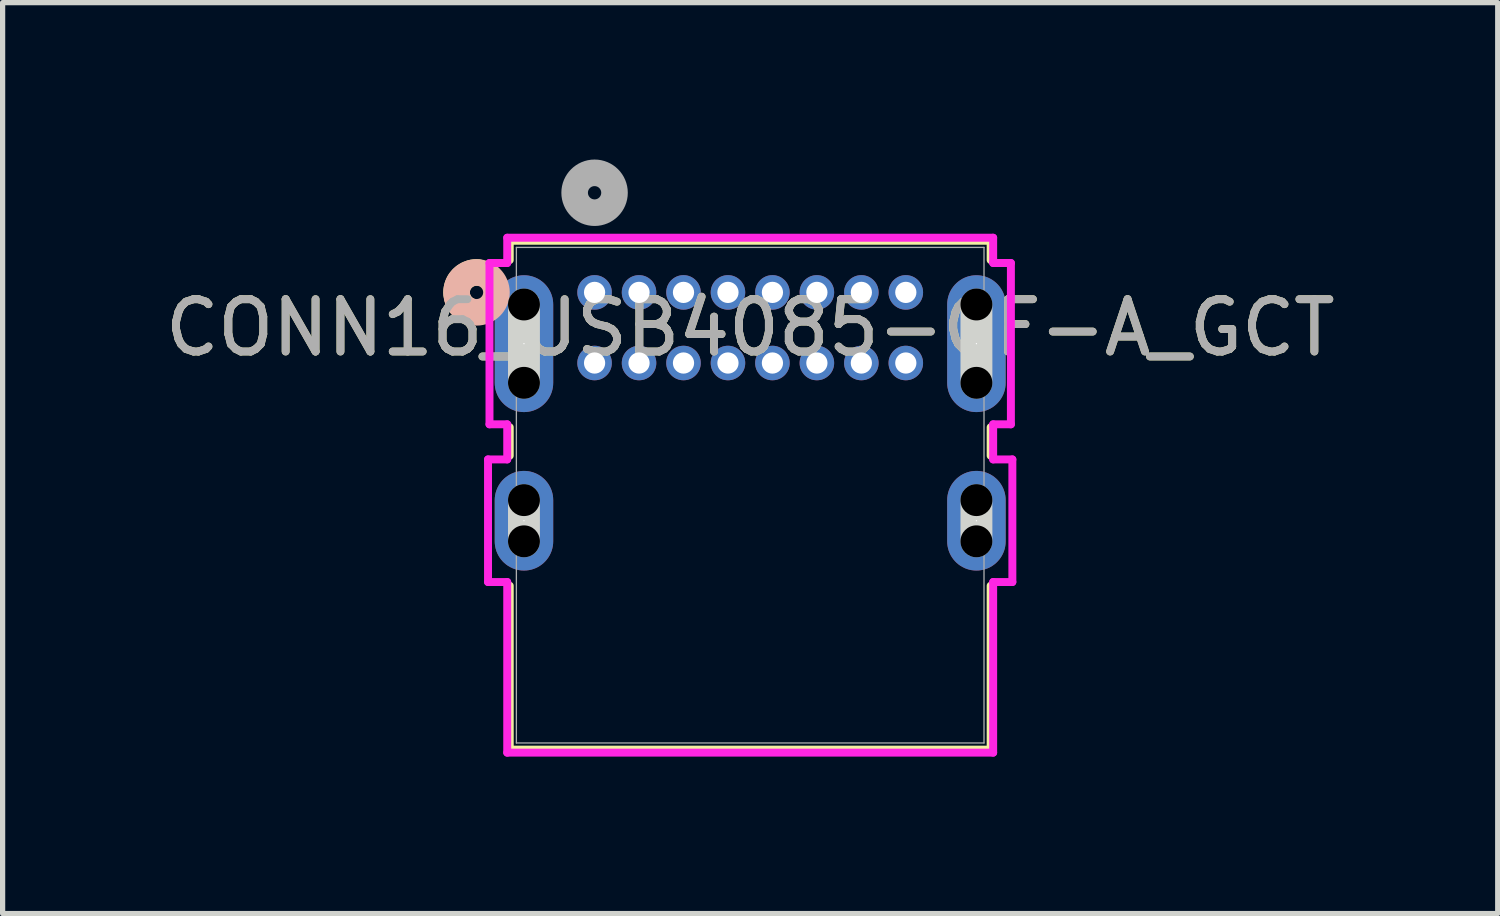
<source format=kicad_pcb>
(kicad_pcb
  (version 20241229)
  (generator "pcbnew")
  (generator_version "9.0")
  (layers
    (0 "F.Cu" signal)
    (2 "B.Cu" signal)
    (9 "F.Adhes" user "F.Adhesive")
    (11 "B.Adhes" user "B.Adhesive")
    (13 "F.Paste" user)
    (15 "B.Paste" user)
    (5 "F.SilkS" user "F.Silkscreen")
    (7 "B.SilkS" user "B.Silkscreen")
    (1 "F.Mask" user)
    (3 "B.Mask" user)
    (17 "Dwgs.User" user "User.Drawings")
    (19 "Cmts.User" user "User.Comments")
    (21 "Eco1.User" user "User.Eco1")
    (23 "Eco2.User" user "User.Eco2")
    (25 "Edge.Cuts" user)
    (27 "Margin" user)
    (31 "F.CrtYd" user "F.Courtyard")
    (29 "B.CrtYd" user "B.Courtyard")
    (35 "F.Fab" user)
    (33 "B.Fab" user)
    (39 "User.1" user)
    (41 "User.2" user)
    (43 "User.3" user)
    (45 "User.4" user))
  (footprint "CONN16_USB4085-GF-A_GCT"
    (layer "F.Cu")
    (at 8.317 2.54)
    (property "Reference" "CONN16_USB4085-GF-A_GCT" (at 2.975 0.675 0) (unlocked yes) (layer "F.SilkS") (effects (font (size 1 1) (thickness 0.15))))
    (attr through_hole)
    (fp_line (start -1.622 -0.987) (end -1.622 -0.618) (stroke (width 0.152) (type solid)) (layer "F.SilkS"))
    (fp_line (start -1.622 2.578) (end -1.622 3.122) (stroke (width 0.152) (type solid)) (layer "F.SilkS"))
    (fp_line (start -1.622 5.608) (end -1.622 8.741) (stroke (width 0.152) (type solid)) (layer "F.SilkS"))
    (fp_line (start -1.622 8.741) (end 7.572 8.741) (stroke (width 0.152) (type solid)) (layer "F.SilkS"))
    (fp_line (start 7.572 -0.987) (end -1.622 -0.987) (stroke (width 0.152) (type solid)) (layer "F.SilkS"))
    (fp_line (start 7.572 -0.618) (end 7.572 -0.987) (stroke (width 0.152) (type solid)) (layer "F.SilkS"))
    (fp_line (start 7.572 3.122) (end 7.572 2.578) (stroke (width 0.152) (type solid)) (layer "F.SilkS"))
    (fp_line (start 7.572 8.741) (end 7.572 5.608) (stroke (width 0.152) (type solid)) (layer "F.SilkS"))
    (fp_arc (start -2.41934 0.344872) (mid -2.625765 -0.097305) (end -2.2279 -0.379856) (stroke (width 0.508) (type solid)) (layer "F.SilkS"))
    (fp_circle (center -2.257 0) (end -1.876 0) (stroke (width 0.508) (type solid)) (fill no) (layer "B.SilkS"))
    (fp_line (start -1.35 1.729) (end -1.35 0.231) (stroke (width 0.61) (type solid)) (layer "Edge.Cuts"))
    (fp_line (start -1.35 4.759) (end -1.35 3.971) (stroke (width 0.61) (type solid)) (layer "Edge.Cuts"))
    (fp_line (start 7.3 1.729) (end 7.3 0.231) (stroke (width 0.61) (type solid)) (layer "Edge.Cuts"))
    (fp_line (start 7.3 4.759) (end 7.3 3.971) (stroke (width 0.61) (type solid)) (layer "Edge.Cuts"))
    (fp_line (start -2.037 3.193) (end -2.037 5.537) (stroke (width 0.152) (type solid)) (layer "F.CrtYd"))
    (fp_line (start -2.037 5.537) (end -1.67 5.537) (stroke (width 0.152) (type solid)) (layer "F.CrtYd"))
    (fp_line (start -2.009 -0.562) (end -2.009 2.522) (stroke (width 0.152) (type solid)) (layer "F.CrtYd"))
    (fp_line (start -2.009 2.522) (end -1.67 2.522) (stroke (width 0.152) (type solid)) (layer "F.CrtYd"))
    (fp_line (start -1.67 2.522) (end -1.67 3.193) (stroke (width 0.152) (type solid)) (layer "F.CrtYd"))
    (fp_line (start -1.67 3.193) (end -2.037 3.193) (stroke (width 0.152) (type solid)) (layer "F.CrtYd"))
    (fp_line (start -1.67 5.537) (end -1.67 8.799) (stroke (width 0.152) (type solid)) (layer "F.CrtYd"))
    (fp_line (start -1.67 8.799) (end 7.62 8.799) (stroke (width 0.152) (type solid)) (layer "F.CrtYd"))
    (fp_line (start -1.67 -1.045) (end -1.67 -0.562) (stroke (width 0.152) (type solid)) (layer "F.CrtYd"))
    (fp_line (start -1.67 -0.562) (end -2.009 -0.562) (stroke (width 0.152) (type solid)) (layer "F.CrtYd"))
    (fp_line (start 7.62 5.537) (end 7.987 5.537) (stroke (width 0.152) (type solid)) (layer "F.CrtYd"))
    (fp_line (start 7.62 8.799) (end 7.62 5.537) (stroke (width 0.152) (type solid)) (layer "F.CrtYd"))
    (fp_line (start 7.62 -0.562) (end 7.62 -1.045) (stroke (width 0.152) (type solid)) (layer "F.CrtYd"))
    (fp_line (start 7.62 2.522) (end 7.959 2.522) (stroke (width 0.152) (type solid)) (layer "F.CrtYd"))
    (fp_line (start 7.62 3.193) (end 7.62 2.522) (stroke (width 0.152) (type solid)) (layer "F.CrtYd"))
    (fp_line (start 7.62 -1.045) (end -1.67 -1.045) (stroke (width 0.152) (type solid)) (layer "F.CrtYd"))
    (fp_line (start 7.959 -0.562) (end 7.62 -0.562) (stroke (width 0.152) (type solid)) (layer "F.CrtYd"))
    (fp_line (start 7.959 2.522) (end 7.959 -0.562) (stroke (width 0.152) (type solid)) (layer "F.CrtYd"))
    (fp_line (start 7.987 3.193) (end 7.62 3.193) (stroke (width 0.152) (type solid)) (layer "F.CrtYd"))
    (fp_line (start 7.987 5.537) (end 7.987 3.193) (stroke (width 0.152) (type solid)) (layer "F.CrtYd"))
    (fp_line (start -1.495 -0.86) (end -1.495 8.614) (stroke (width 0.025) (type solid)) (layer "F.Fab"))
    (fp_line (start -1.495 8.614) (end 7.445 8.614) (stroke (width 0.025) (type solid)) (layer "F.Fab"))
    (fp_line (start 7.445 -0.86) (end -1.495 -0.86) (stroke (width 0.025) (type solid)) (layer "F.Fab"))
    (fp_line (start 7.445 8.614) (end 7.445 -0.86) (stroke (width 0.025) (type solid)) (layer "F.Fab"))
    (fp_circle (center 0 -1.905) (end 0.381 -1.905) (stroke (width 0.508) (type solid)) (fill no) (layer "F.Fab"))
    (fp_text user "${REFERENCE}" (at 2.975 0.675 0) (unlocked yes) (layer "F.Fab") (effects (font (size 1 1) (thickness 0.15))))
    (pad "" np_thru_hole circle (at -1.35 0.231) (size 0.61 0.61) (drill 0.61) (layers))
    (pad "" np_thru_hole circle (at -1.35 1.729) (size 0.61 0.61) (drill 0.61) (layers))
    (pad "" np_thru_hole circle (at -1.35 3.971) (size 0.61 0.61) (drill 0.61) (layers))
    (pad "" np_thru_hole circle (at -1.35 4.759) (size 0.61 0.61) (drill 0.61) (layers))
    (pad "" np_thru_hole circle (at 7.3 0.231) (size 0.61 0.61) (drill 0.61) (layers))
    (pad "" np_thru_hole circle (at 7.3 1.729) (size 0.61 0.61) (drill 0.61) (layers))
    (pad "" np_thru_hole circle (at 7.3 3.971) (size 0.61 0.61) (drill 0.61) (layers))
    (pad "" np_thru_hole circle (at 7.3 4.759) (size 0.61 0.61) (drill 0.61) (layers))
    (pad "1" thru_hole circle (at 0 0) (size 0.66 0.66) (drill 0.406) (layers "*.Cu" "*.Mask"))
    (pad "2" thru_hole circle (at 0.85 0) (size 0.66 0.66) (drill 0.406) (layers "*.Cu" "*.Mask"))
    (pad "3" thru_hole circle (at 1.7 0) (size 0.66 0.66) (drill 0.406) (layers "*.Cu" "*.Mask"))
    (pad "4" thru_hole circle (at 2.55 0) (size 0.66 0.66) (drill 0.406) (layers "*.Cu" "*.Mask"))
    (pad "5" thru_hole circle (at 3.4 0) (size 0.66 0.66) (drill 0.406) (layers "*.Cu" "*.Mask"))
    (pad "6" thru_hole circle (at 4.25 0) (size 0.66 0.66) (drill 0.406) (layers "*.Cu" "*.Mask"))
    (pad "7" thru_hole circle (at 5.1 0) (size 0.66 0.66) (drill 0.406) (layers "*.Cu" "*.Mask"))
    (pad "8" thru_hole circle (at 5.95 0) (size 0.66 0.66) (drill 0.406) (layers "*.Cu" "*.Mask"))
    (pad "9" thru_hole circle (at 0 1.35) (size 0.66 0.66) (drill 0.406) (layers "*.Cu" "*.Mask"))
    (pad "10" thru_hole circle (at 0.85 1.35) (size 0.66 0.66) (drill 0.406) (layers "*.Cu" "*.Mask"))
    (pad "11" thru_hole circle (at 1.7 1.35) (size 0.66 0.66) (drill 0.406) (layers "*.Cu" "*.Mask"))
    (pad "12" thru_hole circle (at 2.55 1.35) (size 0.66 0.66) (drill 0.406) (layers "*.Cu" "*.Mask"))
    (pad "13" thru_hole circle (at 3.4 1.35) (size 0.66 0.66) (drill 0.406) (layers "*.Cu" "*.Mask"))
    (pad "14" thru_hole circle (at 4.25 1.35) (size 0.66 0.66) (drill 0.406) (layers "*.Cu" "*.Mask"))
    (pad "15" thru_hole circle (at 5.1 1.35) (size 0.66 0.66) (drill 0.406) (layers "*.Cu" "*.Mask"))
    (pad "16" thru_hole circle (at 5.95 1.35) (size 0.66 0.66) (drill 0.406) (layers "*.Cu" "*.Mask"))
    (pad "17" thru_hole oval (at -1.35 0.98 90) (size 2.616 1.118) (drill 0.025) (layers "*.Cu" "*.Mask"))
    (pad "18" thru_hole oval (at 7.3 0.98 90) (size 2.616 1.118) (drill 0.025) (layers "*.Cu" "*.Mask"))
    (pad "19" thru_hole oval (at -1.35 4.365 90) (size 1.905 1.118) (drill 0.025) (layers "*.Cu" "*.Mask"))
    (pad "20" thru_hole oval (at 7.3 4.365 90) (size 1.905 1.118) (drill 0.025) (layers "*.Cu" "*.Mask")))
  (gr_rect
    (start -3 -3)
    (end 25.583 14.415)
    (stroke (width 0.1) (type default))
    (fill no)
    (layer "Edge.Cuts")))
</source>
